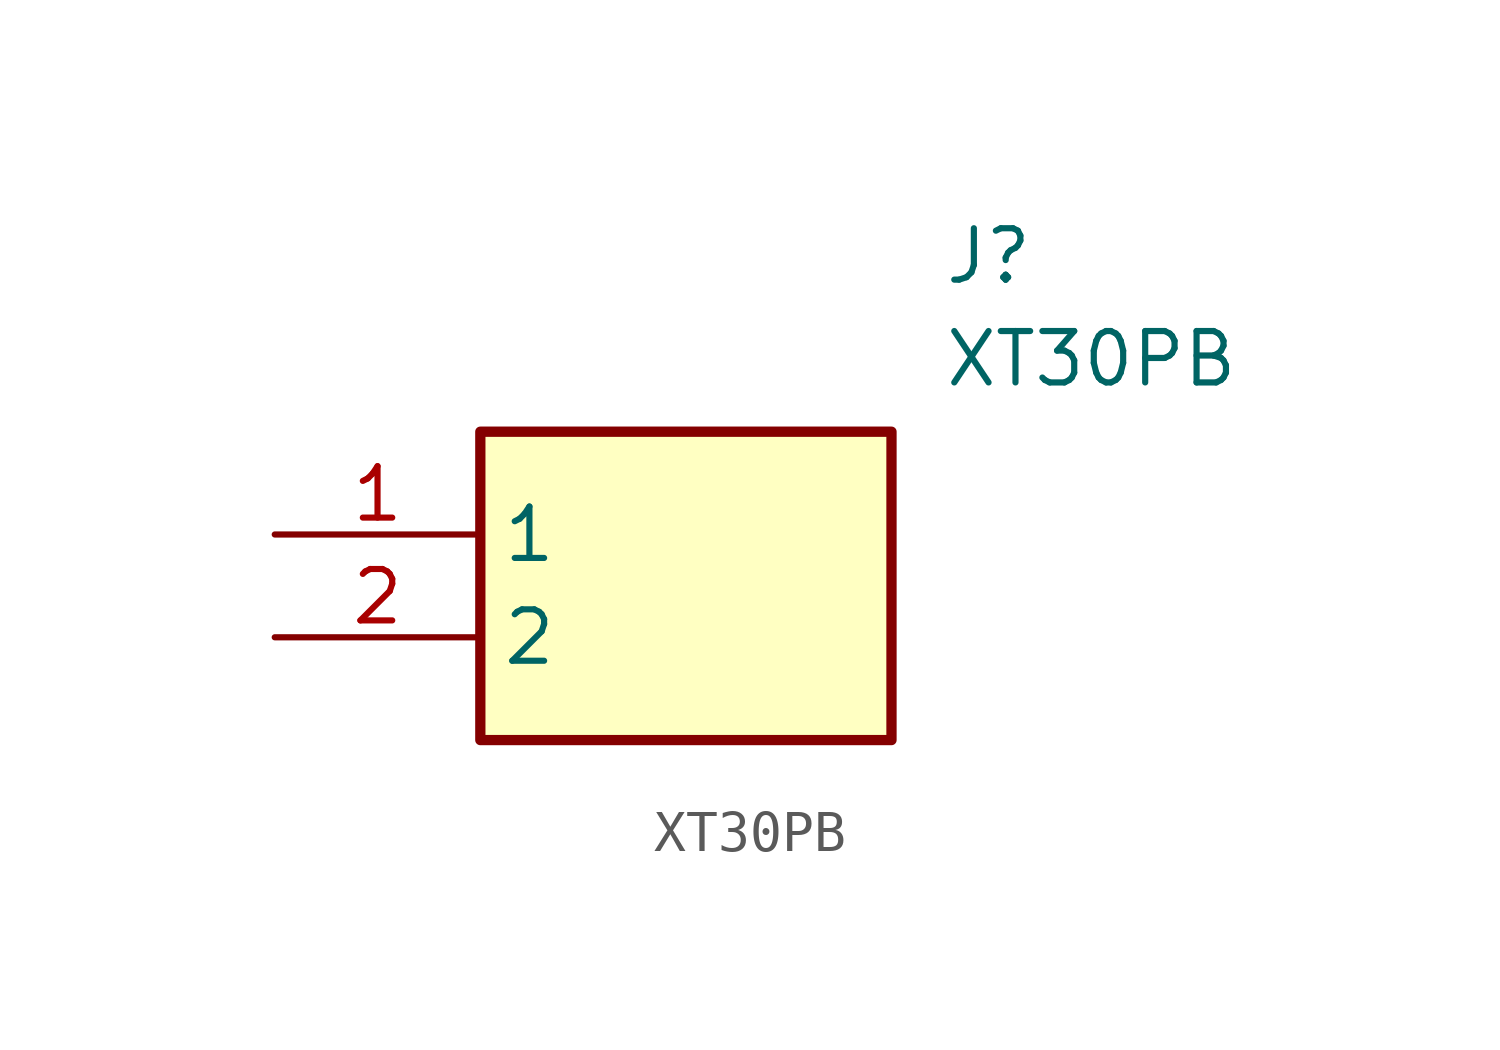
<source format=kicad_sym>
(kicad_symbol_lib
  (version 20211014)
  (generator SamacSys_ECAD_Model)
  (symbol "XT30PB"
    (property "Reference" "J"
      (at 16.51 7.62 0)
      (effects (font (size 1.27 1.27)) (justify left top)))
    (property "Value" "XT30PB"
      (at 16.51 5.08 0)
      (effects (font (size 1.27 1.27)) (justify left top)))
    (rectangle
      (start 5.08 2.54)
      (end 15.24 -5.08)
      (stroke (width 0.254) (type default))
      (fill (type background)))
    (pin passive line
      (at 0 0 0)
      (length 5.08)
      (name "1" (effects (font (size 1.27 1.27))))
      (number "1" (effects (font (size 1.27 1.27)))))
    (pin passive line
      (at 0 -2.54 0)
      (length 5.08)
      (name "2" (effects (font (size 1.27 1.27))))
      (number "2" (effects (font (size 1.27 1.27)))))))
</source>
